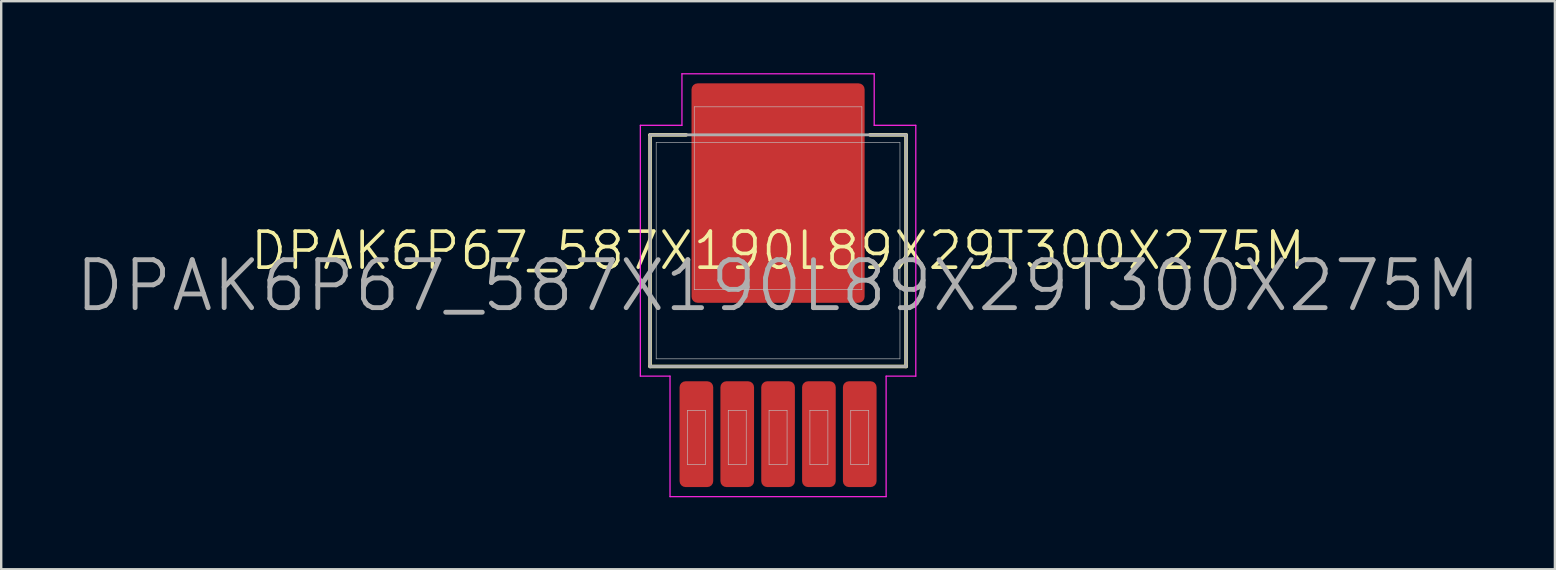
<source format=kicad_pcb>
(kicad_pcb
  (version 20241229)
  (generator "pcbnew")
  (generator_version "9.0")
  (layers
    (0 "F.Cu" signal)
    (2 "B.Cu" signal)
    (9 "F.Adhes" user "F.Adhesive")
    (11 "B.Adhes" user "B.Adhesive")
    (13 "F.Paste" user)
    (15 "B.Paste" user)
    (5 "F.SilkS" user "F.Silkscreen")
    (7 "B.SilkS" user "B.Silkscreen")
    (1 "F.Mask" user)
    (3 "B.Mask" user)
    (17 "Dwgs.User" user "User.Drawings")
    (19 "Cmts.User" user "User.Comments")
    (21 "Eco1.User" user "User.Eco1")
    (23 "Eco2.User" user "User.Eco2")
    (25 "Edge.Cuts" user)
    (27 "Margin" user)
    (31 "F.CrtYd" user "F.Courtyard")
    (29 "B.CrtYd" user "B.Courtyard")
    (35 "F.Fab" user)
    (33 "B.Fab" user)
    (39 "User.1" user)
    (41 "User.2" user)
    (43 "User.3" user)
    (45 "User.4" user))
  (footprint "DPAK6P67_587X190L89X29T300X275M"
    (layer "F.Cu")
    (at 29.376 8.857)
    (property "Reference" "DPAK6P67_587X190L89X29T300X275M" (at 0 -1.46 0) (layer "F.SilkS") (effects (font (size 1.501 1.501) (thickness 0.152))))
    (attr smd)
    (fp_line (start -5.334 -6.287) (end -3.832 -6.287) (stroke (width 0.15) (type solid)) (layer "F.SilkS"))
    (fp_line (start -5.334 3.365) (end -5.334 -6.287) (stroke (width 0.15) (type solid)) (layer "F.SilkS"))
    (fp_line (start 3.832 -6.287) (end 5.334 -6.287) (stroke (width 0.15) (type solid)) (layer "F.SilkS"))
    (fp_line (start 5.334 -6.287) (end 5.334 3.365) (stroke (width 0.15) (type solid)) (layer "F.SilkS"))
    (fp_line (start 5.334 3.365) (end -5.334 3.365) (stroke (width 0.15) (type solid)) (layer "F.SilkS"))
    (fp_line (start -5.08 -5.969) (end 5.08 -5.969) (stroke (width 0.025) (type solid)) (layer "Dwgs.User"))
    (fp_line (start -5.08 3.048) (end -5.08 -5.969) (stroke (width 0.025) (type solid)) (layer "Dwgs.User"))
    (fp_line (start -3.778 5.194) (end -3.029 5.194) (stroke (width 0.025) (type solid)) (layer "Dwgs.User"))
    (fp_line (start -3.778 7.455) (end -3.778 5.194) (stroke (width 0.025) (type solid)) (layer "Dwgs.User"))
    (fp_line (start -3.493 -7.455) (end 3.493 -7.455) (stroke (width 0.025) (type solid)) (layer "Dwgs.User"))
    (fp_line (start -3.493 0.165) (end -3.493 -7.455) (stroke (width 0.025) (type solid)) (layer "Dwgs.User"))
    (fp_line (start -3.029 5.194) (end -3.029 7.455) (stroke (width 0.025) (type solid)) (layer "Dwgs.User"))
    (fp_line (start -3.029 7.455) (end -3.778 7.455) (stroke (width 0.025) (type solid)) (layer "Dwgs.User"))
    (fp_line (start -2.076 5.194) (end -1.327 5.194) (stroke (width 0.025) (type solid)) (layer "Dwgs.User"))
    (fp_line (start -2.076 7.455) (end -2.076 5.194) (stroke (width 0.025) (type solid)) (layer "Dwgs.User"))
    (fp_line (start -1.327 5.194) (end -1.327 7.455) (stroke (width 0.025) (type solid)) (layer "Dwgs.User"))
    (fp_line (start -1.327 7.455) (end -2.076 7.455) (stroke (width 0.025) (type solid)) (layer "Dwgs.User"))
    (fp_line (start -0.375 5.194) (end 0.375 5.194) (stroke (width 0.025) (type solid)) (layer "Dwgs.User"))
    (fp_line (start -0.375 7.455) (end -0.375 5.194) (stroke (width 0.025) (type solid)) (layer "Dwgs.User"))
    (fp_line (start 0.375 5.194) (end 0.375 7.455) (stroke (width 0.025) (type solid)) (layer "Dwgs.User"))
    (fp_line (start 0.375 7.455) (end -0.375 7.455) (stroke (width 0.025) (type solid)) (layer "Dwgs.User"))
    (fp_line (start 1.327 5.194) (end 2.076 5.194) (stroke (width 0.025) (type solid)) (layer "Dwgs.User"))
    (fp_line (start 1.327 7.455) (end 1.327 5.194) (stroke (width 0.025) (type solid)) (layer "Dwgs.User"))
    (fp_line (start 2.076 5.194) (end 2.076 7.455) (stroke (width 0.025) (type solid)) (layer "Dwgs.User"))
    (fp_line (start 2.076 7.455) (end 1.327 7.455) (stroke (width 0.025) (type solid)) (layer "Dwgs.User"))
    (fp_line (start 3.029 5.194) (end 3.778 5.194) (stroke (width 0.025) (type solid)) (layer "Dwgs.User"))
    (fp_line (start 3.029 7.455) (end 3.029 5.194) (stroke (width 0.025) (type solid)) (layer "Dwgs.User"))
    (fp_line (start 3.493 -7.455) (end 3.493 0.165) (stroke (width 0.025) (type solid)) (layer "Dwgs.User"))
    (fp_line (start 3.493 0.165) (end -3.493 0.165) (stroke (width 0.025) (type solid)) (layer "Dwgs.User"))
    (fp_line (start 3.778 5.194) (end 3.778 7.455) (stroke (width 0.025) (type solid)) (layer "Dwgs.User"))
    (fp_line (start 3.778 7.455) (end 3.029 7.455) (stroke (width 0.025) (type solid)) (layer "Dwgs.User"))
    (fp_line (start 5.08 -5.969) (end 5.08 3.048) (stroke (width 0.025) (type solid)) (layer "Dwgs.User"))
    (fp_line (start 5.08 3.048) (end -5.08 3.048) (stroke (width 0.025) (type solid)) (layer "Dwgs.User"))
    (fp_line (start -5.74 -6.685) (end -5.74 3.769) (stroke (width 0.051) (type solid)) (layer "F.CrtYd"))
    (fp_line (start -5.74 3.769) (end -4.503 3.769) (stroke (width 0.051) (type solid)) (layer "F.CrtYd"))
    (fp_line (start -4.503 3.769) (end -4.503 8.791) (stroke (width 0.051) (type solid)) (layer "F.CrtYd"))
    (fp_line (start -4.503 8.791) (end 4.503 8.791) (stroke (width 0.051) (type solid)) (layer "F.CrtYd"))
    (fp_line (start -4.006 -8.832) (end -4.006 -6.685) (stroke (width 0.051) (type solid)) (layer "F.CrtYd"))
    (fp_line (start -4.006 -6.685) (end -5.74 -6.685) (stroke (width 0.051) (type solid)) (layer "F.CrtYd"))
    (fp_line (start 4.006 -8.832) (end -4.006 -8.832) (stroke (width 0.051) (type solid)) (layer "F.CrtYd"))
    (fp_line (start 4.006 -6.685) (end 4.006 -8.832) (stroke (width 0.051) (type solid)) (layer "F.CrtYd"))
    (fp_line (start 4.503 3.769) (end 5.74 3.769) (stroke (width 0.051) (type solid)) (layer "F.CrtYd"))
    (fp_line (start 4.503 8.791) (end 4.503 3.769) (stroke (width 0.051) (type solid)) (layer "F.CrtYd"))
    (fp_line (start 5.74 -6.685) (end 4.006 -6.685) (stroke (width 0.051) (type solid)) (layer "F.CrtYd"))
    (fp_line (start 5.74 3.769) (end 5.74 -6.685) (stroke (width 0.051) (type solid)) (layer "F.CrtYd"))
    (fp_line (start -5.334 -6.287) (end 5.334 -6.287) (stroke (width 0.119) (type solid)) (layer "F.Fab"))
    (fp_line (start -5.334 3.365) (end -5.334 -6.287) (stroke (width 0.119) (type solid)) (layer "F.Fab"))
    (fp_line (start 5.334 -6.287) (end 5.334 3.365) (stroke (width 0.119) (type solid)) (layer "F.Fab"))
    (fp_line (start 5.334 3.365) (end -5.334 3.365) (stroke (width 0.119) (type solid)) (layer "F.Fab"))
    (fp_text user "${REFERENCE}" (at 0 0 0) (layer "F.Fab") (effects (font (size 1.999 1.999) (thickness 0.203))))
    (pad "" smd roundrect (at -2.398 -7.518 90) (size 1.361 1.615) (layers "F.Paste") (roundrect_rratio 0.25))
    (pad "" smd roundrect (at -2.398 -5.69 90) (size 1.361 1.615) (layers "F.Paste") (roundrect_rratio 0.25))
    (pad "" smd roundrect (at -2.398 -3.861 90) (size 1.361 1.615) (layers "F.Paste") (roundrect_rratio 0.25))
    (pad "" smd roundrect (at -2.398 -2.032 90) (size 1.361 1.615) (layers "F.Paste") (roundrect_rratio 0.25))
    (pad "" smd roundrect (at -2.398 -0.203 90) (size 1.361 1.615) (layers "F.Paste") (roundrect_rratio 0.25))
    (pad "" smd roundrect (at 0 -7.518 90) (size 1.361 1.615) (layers "F.Paste") (roundrect_rratio 0.25))
    (pad "" smd roundrect (at 0 -5.69 90) (size 1.361 1.615) (layers "F.Paste") (roundrect_rratio 0.25))
    (pad "" smd roundrect (at 0 -3.861 90) (size 1.361 1.615) (layers "F.Paste") (roundrect_rratio 0.25))
    (pad "" smd roundrect (at 0 -2.032 90) (size 1.361 1.615) (layers "F.Paste") (roundrect_rratio 0.25))
    (pad "" smd roundrect (at 0 -0.203 90) (size 1.361 1.615) (layers "F.Paste") (roundrect_rratio 0.25))
    (pad "" smd roundrect (at 2.398 -7.518 90) (size 1.361 1.615) (layers "F.Paste") (roundrect_rratio 0.25))
    (pad "" smd roundrect (at 2.398 -5.69 90) (size 1.361 1.615) (layers "F.Paste") (roundrect_rratio 0.25))
    (pad "" smd roundrect (at 2.398 -3.861 90) (size 1.361 1.615) (layers "F.Paste") (roundrect_rratio 0.25))
    (pad "" smd roundrect (at 2.398 -2.032 90) (size 1.361 1.615) (layers "F.Paste") (roundrect_rratio 0.25))
    (pad "" smd roundrect (at 2.398 -0.203 90) (size 1.361 1.615) (layers "F.Paste") (roundrect_rratio 0.25))
    (pad "1" smd roundrect (at -3.404 6.187 90) (size 4.409 1.402) (layers "F.Cu" "F.Mask" "F.Paste") (roundrect_rratio 0.177))
    (pad "2" smd roundrect (at -1.702 6.187 90) (size 4.409 1.402) (layers "F.Cu" "F.Mask" "F.Paste") (roundrect_rratio 0.177))
    (pad "3" smd roundrect (at 0 6.187 90) (size 4.409 1.402) (layers "F.Cu" "F.Mask" "F.Paste") (roundrect_rratio 0.177))
    (pad "4" smd roundrect (at 1.702 6.187 90) (size 4.409 1.402) (layers "F.Cu" "F.Mask" "F.Paste") (roundrect_rratio 0.177))
    (pad "5" smd roundrect (at 3.404 6.187 90) (size 4.409 1.402) (layers "F.Cu" "F.Mask" "F.Paste") (roundrect_rratio 0.177))
    (pad "6" smd roundrect (at 0 -3.861 90) (size 9.144 7.214) (layers "F.Cu" "F.Mask") (roundrect_rratio 0.035)))
  (gr_rect
    (start -3 -3)
    (end 61.751 20.673)
    (stroke (width 0.1) (type default))
    (fill no)
    (layer "Edge.Cuts")))
</source>
